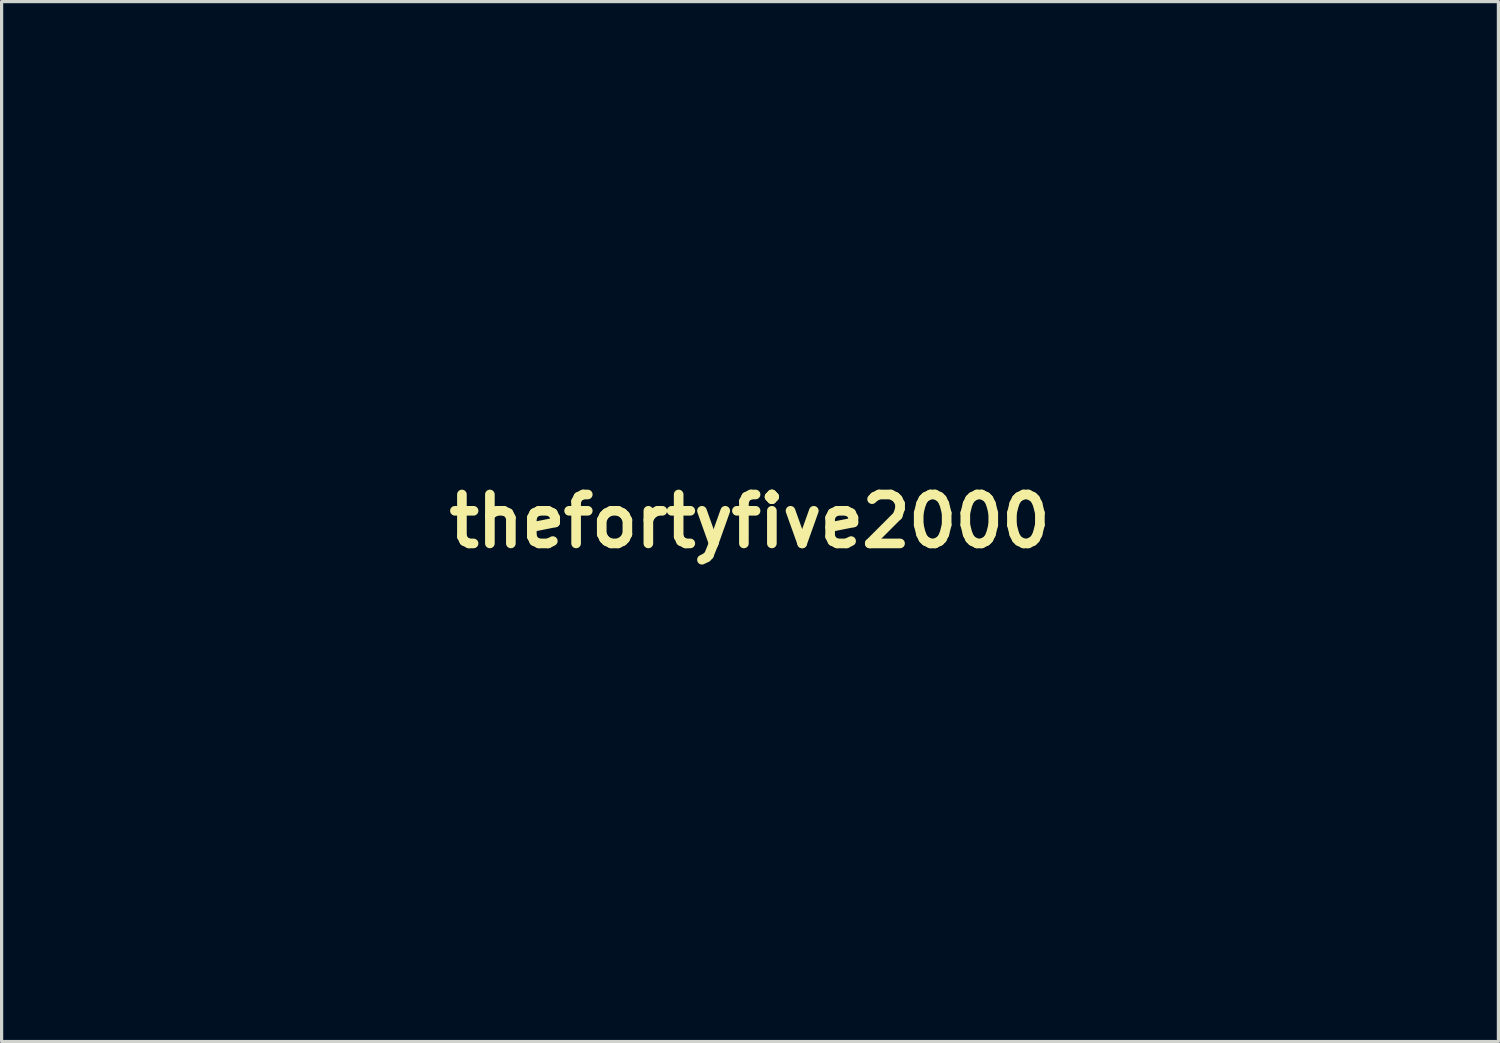
<source format=kicad_pcb>
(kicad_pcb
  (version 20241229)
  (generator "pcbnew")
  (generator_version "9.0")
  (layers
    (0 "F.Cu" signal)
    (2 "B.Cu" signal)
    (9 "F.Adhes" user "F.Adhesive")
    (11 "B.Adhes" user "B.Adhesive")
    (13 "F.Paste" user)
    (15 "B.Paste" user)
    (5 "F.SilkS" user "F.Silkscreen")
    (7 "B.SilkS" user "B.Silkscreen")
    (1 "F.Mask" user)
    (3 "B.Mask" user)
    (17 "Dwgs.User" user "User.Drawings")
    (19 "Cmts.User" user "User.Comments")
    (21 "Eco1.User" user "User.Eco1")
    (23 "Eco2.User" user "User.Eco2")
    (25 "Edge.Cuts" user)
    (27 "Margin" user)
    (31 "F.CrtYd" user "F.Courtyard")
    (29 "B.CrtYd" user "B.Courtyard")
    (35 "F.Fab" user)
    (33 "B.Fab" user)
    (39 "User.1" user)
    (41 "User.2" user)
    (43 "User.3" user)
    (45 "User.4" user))
  (footprint "thefortyfive2000"
    (layer "F.Cu")
    (at 20.297 13.183)
    (property "Reference" "thefortyfive2000" (at 0 0 0) (layer "F.SilkS") (effects (font (size 1.524 1.524) (thickness 0.3))))
    (attr through_hole)
    (fp_poly (pts (xy 3.315 3.499) (xy 3.308 3.505) (xy 3.302 3.499) (xy 3.308 3.493) (xy 3.315 3.499)) (stroke (width 0.01) (type solid)) (fill yes) (layer "F.Mask"))
    (fp_poly (pts (xy -4.209 3.687) (xy -4.212 3.699) (xy -4.222 3.733) (xy -4.24 3.787) (xy -4.263 3.858) (xy -4.291 3.944) (xy -4.324 4.044) (xy -4.36 4.153) (xy -4.4 4.272) (xy -4.418 4.325) (xy -4.66 5.063) (xy -4.888 5.786) (xy -5.101 6.496) (xy -5.301 7.197) (xy -5.489 7.892) (xy -5.665 8.586) (xy -5.83 9.28) (xy -5.986 9.98) (xy -6.133 10.688) (xy -6.139 10.717) (xy -6.16 10.823) (xy -6.18 10.921) (xy -6.198 11.009) (xy -6.214 11.083) (xy -6.226 11.14) (xy -6.235 11.179) (xy -6.239 11.196) (xy -6.239 11.197) (xy -6.252 11.198) (xy -6.288 11.202) (xy -6.344 11.207) (xy -6.419 11.214) (xy -6.51 11.222) (xy -6.614 11.232) (xy -6.729 11.242) (xy -6.853 11.253) (xy -6.983 11.264) (xy -7.117 11.276) (xy -7.253 11.288) (xy -7.389 11.3) (xy -7.521 11.311) (xy -7.648 11.322) (xy -7.767 11.332) (xy -7.876 11.341) (xy -7.973 11.35) (xy -8.054 11.356) (xy -8.119 11.361) (xy -8.164 11.365) (xy -8.187 11.366) (xy -8.189 11.366) (xy -8.199 11.356) (xy -8.198 11.338) (xy -8.194 11.317) (xy -8.186 11.276) (xy -8.175 11.218) (xy -8.162 11.146) (xy -8.147 11.066) (xy -8.14 11.03) (xy -7.939 10.012) (xy -7.715 8.999) (xy -7.467 7.992) (xy -7.195 6.988) (xy -6.899 5.985) (xy -6.608 5.074) (xy -6.577 4.981) (xy -6.543 4.878) (xy -6.505 4.767) (xy -6.466 4.651) (xy -6.426 4.533) (xy -6.385 4.414) (xy -6.346 4.298) (xy -6.307 4.186) (xy -6.271 4.082) (xy -6.238 3.987) (xy -6.21 3.905) (xy -6.186 3.838) (xy -6.168 3.788) (xy -6.157 3.758) (xy -6.153 3.749) (xy -6.14 3.748) (xy -6.104 3.747) (xy -6.048 3.744) (xy -5.973 3.741) (xy -5.883 3.738) (xy -5.778 3.734) (xy -5.663 3.73) (xy -5.539 3.726) (xy -5.409 3.722) (xy -5.274 3.717) (xy -5.138 3.713) (xy -5.003 3.709) (xy -4.871 3.705) (xy -4.744 3.701) (xy -4.625 3.697) (xy -4.517 3.694) (xy -4.421 3.691) (xy -4.34 3.689) (xy -4.276 3.687) (xy -4.232 3.686) (xy -4.211 3.686) (xy -4.209 3.687)) (stroke (width 0.01) (type solid)) (fill yes) (layer "F.Mask"))
    (fp_poly (pts (xy 3.286 3.497) (xy 3.28 3.509) (xy 3.262 3.538) (xy 3.233 3.583) (xy 3.195 3.64) (xy 3.15 3.706) (xy 3.108 3.768) (xy 2.964 3.977) (xy 2.811 4.207) (xy 2.648 4.457) (xy 2.477 4.724) (xy 2.299 5.007) (xy 2.115 5.304) (xy 1.926 5.613) (xy 1.733 5.932) (xy 1.538 6.261) (xy 1.34 6.596) (xy 1.141 6.936) (xy 0.943 7.28) (xy 0.746 7.626) (xy 0.551 7.971) (xy 0.36 8.315) (xy 0.173 8.655) (xy -0.009 8.99) (xy -0.184 9.318) (xy -0.206 9.36) (xy -0.261 9.464) (xy -0.323 9.584) (xy -0.391 9.716) (xy -0.462 9.856) (xy -0.535 10.001) (xy -0.609 10.147) (xy -0.681 10.291) (xy -0.749 10.429) (xy -0.812 10.557) (xy -0.868 10.672) (xy -0.915 10.771) (xy -0.939 10.82) (xy -1.03 11.017) (xy -1.668 11.018) (xy -1.848 11.018) (xy -2.007 11.019) (xy -2.149 11.021) (xy -2.278 11.025) (xy -2.399 11.03) (xy -2.515 11.036) (xy -2.632 11.044) (xy -2.752 11.055) (xy -2.88 11.068) (xy -3.021 11.083) (xy -3.12 11.094) (xy -3.205 11.104) (xy -3.287 11.114) (xy -3.359 11.122) (xy -3.417 11.129) (xy -3.456 11.133) (xy -3.464 11.134) (xy -3.501 11.136) (xy -3.525 11.134) (xy -3.531 11.13) (xy -3.54 10.704) (xy -3.546 10.278) (xy -3.547 9.85) (xy -3.544 9.416) (xy -3.537 8.975) (xy -3.526 8.523) (xy -3.51 8.06) (xy -3.49 7.58) (xy -3.465 7.084) (xy -3.436 6.567) (xy -3.403 6.045) (xy -3.393 5.899) (xy -3.382 5.745) (xy -3.371 5.584) (xy -3.358 5.42) (xy -3.345 5.254) (xy -3.332 5.087) (xy -3.319 4.923) (xy -3.306 4.762) (xy -3.293 4.606) (xy -3.28 4.459) (xy -3.267 4.321) (xy -3.256 4.195) (xy -3.245 4.082) (xy -3.235 3.985) (xy -3.227 3.905) (xy -3.22 3.845) (xy -3.214 3.806) (xy -3.21 3.79) (xy -3.21 3.79) (xy -3.197 3.789) (xy -3.161 3.787) (xy -3.105 3.784) (xy -3.03 3.78) (xy -2.94 3.775) (xy -2.837 3.77) (xy -2.722 3.764) (xy -2.6 3.758) (xy -2.471 3.751) (xy -2.339 3.745) (xy -2.205 3.738) (xy -2.073 3.732) (xy -1.945 3.726) (xy -1.823 3.72) (xy -1.709 3.715) (xy -1.606 3.71) (xy -1.516 3.706) (xy -1.443 3.702) (xy -1.387 3.7) (xy -1.352 3.699) (xy -1.34 3.699) (xy -1.341 3.712) (xy -1.344 3.747) (xy -1.35 3.802) (xy -1.357 3.873) (xy -1.366 3.957) (xy -1.377 4.052) (xy -1.385 4.129) (xy -1.434 4.581) (xy -1.477 5.025) (xy -1.513 5.46) (xy -1.545 5.882) (xy -1.57 6.291) (xy -1.589 6.685) (xy -1.601 7.061) (xy -1.608 7.419) (xy -1.608 7.756) (xy -1.602 8.071) (xy -1.6 8.115) (xy -1.597 8.22) (xy -1.593 8.32) (xy -1.589 8.412) (xy -1.585 8.49) (xy -1.581 8.553) (xy -1.578 8.597) (xy -1.577 8.612) (xy -1.568 8.683) (xy -1.448 8.428) (xy -1.176 7.861) (xy -0.889 7.289) (xy -0.589 6.717) (xy -0.28 6.149) (xy 0.037 5.588) (xy 0.36 5.039) (xy 0.685 4.506) (xy 1.011 3.993) (xy 1.094 3.866) (xy 1.272 3.595) (xy 1.325 3.589) (xy 1.349 3.587) (xy 1.395 3.584) (xy 1.46 3.58) (xy 1.543 3.576) (xy 1.641 3.571) (xy 1.751 3.565) (xy 1.871 3.559) (xy 1.999 3.553) (xy 2.132 3.546) (xy 2.268 3.54) (xy 2.405 3.534) (xy 2.54 3.527) (xy 2.67 3.522) (xy 2.795 3.516) (xy 2.91 3.511) (xy 3.015 3.507) (xy 3.106 3.503) (xy 3.18 3.5) (xy 3.237 3.498) (xy 3.273 3.497) (xy 3.286 3.497)) (stroke (width 0.01) (type solid)) (fill yes) (layer "F.Mask"))
    (fp_poly (pts (xy 13.213 -5.843) (xy 13.206 -5.809) (xy 13.19 -5.752) (xy 13.166 -5.672) (xy 13.133 -5.569) (xy 13.093 -5.443) (xy 13.044 -5.292) (xy 12.987 -5.118) (xy 12.981 -5.1) (xy 12.937 -4.967) (xy 12.895 -4.842) (xy 12.857 -4.726) (xy 12.822 -4.621) (xy 12.791 -4.53) (xy 12.765 -4.454) (xy 12.746 -4.395) (xy 12.732 -4.357) (xy 12.726 -4.34) (xy 12.725 -4.339) (xy 12.712 -4.338) (xy 12.675 -4.335) (xy 12.617 -4.332) (xy 12.539 -4.328) (xy 12.444 -4.324) (xy 12.333 -4.318) (xy 12.208 -4.313) (xy 12.072 -4.307) (xy 11.925 -4.301) (xy 11.771 -4.294) (xy 11.741 -4.293) (xy 11.585 -4.287) (xy 11.435 -4.28) (xy 11.295 -4.274) (xy 11.165 -4.269) (xy 11.048 -4.263) (xy 10.945 -4.259) (xy 10.86 -4.255) (xy 10.794 -4.252) (xy 10.748 -4.249) (xy 10.726 -4.248) (xy 10.725 -4.247) (xy 10.686 -4.242) (xy 10.555 -3.8) (xy 10.334 -3.051) (xy 10.125 -2.322) (xy 9.928 -1.614) (xy 9.742 -0.924) (xy 9.567 -0.253) (xy 9.404 0.402) (xy 9.25 1.04) (xy 9.136 1.534) (xy 9.121 1.596) (xy 9.107 1.645) (xy 9.095 1.678) (xy 9.086 1.689) (xy 9.072 1.69) (xy 9.034 1.693) (xy 8.974 1.698) (xy 8.896 1.705) (xy 8.8 1.713) (xy 8.689 1.723) (xy 8.564 1.734) (xy 8.429 1.746) (xy 8.284 1.759) (xy 8.135 1.772) (xy 7.951 1.788) (xy 7.791 1.802) (xy 7.654 1.814) (xy 7.536 1.824) (xy 7.438 1.832) (xy 7.356 1.839) (xy 7.29 1.844) (xy 7.238 1.848) (xy 7.198 1.85) (xy 7.169 1.852) (xy 7.149 1.852) (xy 7.136 1.851) (xy 7.129 1.85) (xy 7.125 1.847) (xy 7.125 1.844) (xy 7.125 1.844) (xy 7.127 1.83) (xy 7.135 1.793) (xy 7.146 1.738) (xy 7.161 1.667) (xy 7.179 1.583) (xy 7.199 1.49) (xy 7.22 1.39) (xy 7.243 1.286) (xy 7.265 1.182) (xy 7.287 1.081) (xy 7.308 0.985) (xy 7.327 0.897) (xy 7.34 0.838) (xy 7.469 0.277) (xy 7.609 -0.301) (xy 7.758 -0.89) (xy 7.915 -1.484) (xy 8.078 -2.078) (xy 8.246 -2.666) (xy 8.418 -3.243) (xy 8.591 -3.803) (xy 8.607 -3.852) (xy 8.631 -3.929) (xy 8.652 -3.998) (xy 8.668 -4.055) (xy 8.679 -4.097) (xy 8.684 -4.119) (xy 8.684 -4.122) (xy 8.67 -4.122) (xy 8.634 -4.122) (xy 8.575 -4.121) (xy 8.497 -4.119) (xy 8.402 -4.116) (xy 8.291 -4.112) (xy 8.166 -4.108) (xy 8.03 -4.103) (xy 7.883 -4.098) (xy 7.729 -4.093) (xy 7.695 -4.091) (xy 7.539 -4.085) (xy 7.391 -4.08) (xy 7.253 -4.075) (xy 7.125 -4.07) (xy 7.012 -4.066) (xy 6.913 -4.063) (xy 6.832 -4.06) (xy 6.769 -4.058) (xy 6.728 -4.056) (xy 6.71 -4.056) (xy 6.709 -4.056) (xy 6.713 -4.068) (xy 6.724 -4.103) (xy 6.741 -4.157) (xy 6.764 -4.229) (xy 6.793 -4.317) (xy 6.826 -4.42) (xy 6.864 -4.534) (xy 6.905 -4.658) (xy 6.948 -4.79) (xy 6.961 -4.83) (xy 7.215 -5.601) (xy 7.275 -5.601) (xy 7.293 -5.601) (xy 7.336 -5.603) (xy 7.401 -5.605) (xy 7.489 -5.609) (xy 7.597 -5.613) (xy 7.725 -5.619) (xy 7.871 -5.625) (xy 8.035 -5.632) (xy 8.214 -5.64) (xy 8.409 -5.648) (xy 8.618 -5.657) (xy 8.839 -5.666) (xy 9.072 -5.676) (xy 9.316 -5.687) (xy 9.569 -5.698) (xy 9.83 -5.709) (xy 10.098 -5.72) (xy 10.266 -5.728) (xy 10.537 -5.739) (xy 10.802 -5.751) (xy 11.058 -5.762) (xy 11.306 -5.773) (xy 11.544 -5.783) (xy 11.77 -5.793) (xy 11.985 -5.802) (xy 12.186 -5.811) (xy 12.372 -5.819) (xy 12.543 -5.826) (xy 12.697 -5.833) (xy 12.834 -5.839) (xy 12.951 -5.844) (xy 13.048 -5.848) (xy 13.124 -5.851) (xy 13.177 -5.853) (xy 13.207 -5.854) (xy 13.213 -5.855) (xy 13.213 -5.843)) (stroke (width 0.01) (type solid)) (fill yes) (layer "F.Mask"))
    (fp_poly (pts (xy 19.331 -5.804) (xy 19.48 -5.795) (xy 19.623 -5.787) (xy 19.757 -5.779) (xy 19.88 -5.771) (xy 19.99 -5.764) (xy 20.084 -5.758) (xy 20.162 -5.753) (xy 20.22 -5.749) (xy 20.256 -5.747) (xy 20.267 -5.745) (xy 20.309 -5.739) (xy 20.24 -5.66) (xy 20.141 -5.546) (xy 20.029 -5.413) (xy 19.905 -5.264) (xy 19.77 -5.1) (xy 19.627 -4.925) (xy 19.478 -4.739) (xy 19.322 -4.545) (xy 19.164 -4.345) (xy 19.003 -4.142) (xy 18.842 -3.936) (xy 18.682 -3.731) (xy 18.525 -3.528) (xy 18.372 -3.329) (xy 18.226 -3.137) (xy 18.212 -3.118) (xy 18.144 -3.028) (xy 18.075 -2.937) (xy 18.008 -2.849) (xy 17.947 -2.767) (xy 17.893 -2.696) (xy 17.851 -2.641) (xy 17.837 -2.623) (xy 17.66 -2.387) (xy 17.498 -2.169) (xy 17.349 -1.965) (xy 17.213 -1.775) (xy 17.087 -1.595) (xy 16.97 -1.424) (xy 16.861 -1.259) (xy 16.759 -1.101) (xy 16.702 -1.01) (xy 16.656 -0.934) (xy 16.618 -0.87) (xy 16.587 -0.812) (xy 16.56 -0.755) (xy 16.534 -0.693) (xy 16.506 -0.623) (xy 16.487 -0.572) (xy 16.453 -0.476) (xy 16.415 -0.357) (xy 16.373 -0.219) (xy 16.328 -0.064) (xy 16.281 0.106) (xy 16.232 0.289) (xy 16.181 0.481) (xy 16.131 0.681) (xy 16.081 0.885) (xy 16.032 1.092) (xy 15.984 1.298) (xy 15.959 1.408) (xy 15.938 1.501) (xy 15.919 1.587) (xy 15.902 1.66) (xy 15.889 1.719) (xy 15.879 1.761) (xy 15.873 1.782) (xy 15.873 1.784) (xy 15.859 1.785) (xy 15.823 1.786) (xy 15.767 1.789) (xy 15.692 1.791) (xy 15.602 1.794) (xy 15.498 1.798) (xy 15.384 1.802) (xy 15.262 1.806) (xy 15.133 1.81) (xy 15.001 1.814) (xy 14.868 1.818) (xy 14.736 1.822) (xy 14.608 1.826) (xy 14.486 1.83) (xy 14.373 1.833) (xy 14.271 1.836) (xy 14.182 1.838) (xy 14.11 1.84) (xy 14.056 1.841) (xy 14.022 1.842) (xy 14.018 1.842) (xy 13.975 1.84) (xy 13.944 1.836) (xy 13.932 1.831) (xy 13.932 1.83) (xy 13.935 1.814) (xy 13.943 1.775) (xy 13.955 1.718) (xy 13.971 1.646) (xy 13.99 1.562) (xy 14.011 1.468) (xy 14.033 1.369) (xy 14.057 1.267) (xy 14.08 1.165) (xy 14.103 1.066) (xy 14.125 0.974) (xy 14.145 0.892) (xy 14.155 0.851) (xy 14.227 0.559) (xy 14.295 0.288) (xy 14.36 0.038) (xy 14.421 -0.191) (xy 14.478 -0.396) (xy 14.531 -0.579) (xy 14.579 -0.738) (xy 14.6 -0.803) (xy 14.657 -0.977) (xy 14.593 -1.163) (xy 14.537 -1.336) (xy 14.48 -1.529) (xy 14.422 -1.745) (xy 14.363 -1.983) (xy 14.303 -2.245) (xy 14.242 -2.53) (xy 14.192 -2.775) (xy 14.138 -3.054) (xy 14.087 -3.331) (xy 14.039 -3.604) (xy 13.994 -3.87) (xy 13.954 -4.126) (xy 13.918 -4.371) (xy 13.887 -4.603) (xy 13.86 -4.819) (xy 13.839 -5.017) (xy 13.824 -5.194) (xy 13.815 -5.333) (xy 13.811 -5.416) (xy 14.783 -5.577) (xy 14.937 -5.603) (xy 15.085 -5.628) (xy 15.224 -5.651) (xy 15.353 -5.672) (xy 15.468 -5.692) (xy 15.569 -5.708) (xy 15.653 -5.723) (xy 15.719 -5.734) (xy 15.764 -5.741) (xy 15.786 -5.745) (xy 15.788 -5.745) (xy 15.795 -5.748) (xy 15.8 -5.75) (xy 15.806 -5.751) (xy 15.81 -5.749) (xy 15.814 -5.742) (xy 15.818 -5.729) (xy 15.822 -5.707) (xy 15.826 -5.674) (xy 15.83 -5.63) (xy 15.835 -5.571) (xy 15.841 -5.497) (xy 15.847 -5.406) (xy 15.855 -5.296) (xy 15.865 -5.164) (xy 15.876 -5.01) (xy 15.881 -4.928) (xy 15.891 -4.798) (xy 15.9 -4.671) (xy 15.91 -4.55) (xy 15.919 -4.439) (xy 15.927 -4.34) (xy 15.935 -4.258) (xy 15.941 -4.194) (xy 15.945 -4.153) (xy 15.982 -3.913) (xy 16.026 -3.684) (xy 16.077 -3.469) (xy 16.134 -3.272) (xy 16.197 -3.095) (xy 16.215 -3.05) (xy 16.265 -2.931) (xy 16.396 -3.145) (xy 16.622 -3.507) (xy 16.845 -3.851) (xy 17.064 -4.176) (xy 17.278 -4.481) (xy 17.487 -4.766) (xy 17.691 -5.029) (xy 17.889 -5.271) (xy 18.081 -5.49) (xy 18.265 -5.686) (xy 18.323 -5.744) (xy 18.436 -5.857) (xy 19.331 -5.804)) (stroke (width 0.01) (type solid)) (fill yes) (layer "F.Mask"))
    (fp_poly (pts (xy -14.191 -13.065) (xy -14.193 -13.052) (xy -14.203 -13.018) (xy -14.219 -12.964) (xy -14.241 -12.895) (xy -14.267 -12.811) (xy -14.296 -12.716) (xy -14.329 -12.613) (xy -14.364 -12.504) (xy -14.4 -12.391) (xy -14.436 -12.277) (xy -14.472 -12.165) (xy -14.507 -12.057) (xy -14.54 -11.956) (xy -14.57 -11.864) (xy -14.596 -11.785) (xy -14.618 -11.72) (xy -14.634 -11.672) (xy -14.644 -11.644) (xy -14.647 -11.638) (xy -14.66 -11.636) (xy -14.697 -11.634) (xy -14.757 -11.631) (xy -14.836 -11.626) (xy -14.935 -11.621) (xy -15.051 -11.616) (xy -15.183 -11.61) (xy -15.33 -11.603) (xy -15.489 -11.595) (xy -15.659 -11.588) (xy -15.838 -11.58) (xy -16.025 -11.571) (xy -16.112 -11.567) (xy -16.302 -11.559) (xy -16.486 -11.551) (xy -16.661 -11.543) (xy -16.826 -11.535) (xy -16.979 -11.528) (xy -17.119 -11.522) (xy -17.244 -11.516) (xy -17.352 -11.51) (xy -17.442 -11.506) (xy -17.512 -11.502) (xy -17.56 -11.5) (xy -17.586 -11.498) (xy -17.59 -11.497) (xy -17.582 -11.492) (xy -17.553 -11.48) (xy -17.505 -11.461) (xy -17.44 -11.437) (xy -17.36 -11.408) (xy -17.269 -11.376) (xy -17.167 -11.34) (xy -17.126 -11.326) (xy -17.02 -11.29) (xy -16.922 -11.256) (xy -16.834 -11.225) (xy -16.759 -11.198) (xy -16.699 -11.177) (xy -16.656 -11.161) (xy -16.635 -11.152) (xy -16.633 -11.151) (xy -16.634 -11.137) (xy -16.643 -11.102) (xy -16.658 -11.048) (xy -16.679 -10.977) (xy -16.705 -10.894) (xy -16.735 -10.8) (xy -16.768 -10.698) (xy -16.775 -10.679) (xy -16.945 -10.155) (xy -17.105 -9.646) (xy -17.255 -9.148) (xy -17.397 -8.654) (xy -17.533 -8.159) (xy -17.665 -7.656) (xy -17.794 -7.139) (xy -17.844 -6.934) (xy -17.864 -6.851) (xy -17.886 -6.757) (xy -17.91 -6.655) (xy -17.935 -6.548) (xy -17.96 -6.439) (xy -17.985 -6.331) (xy -18.009 -6.227) (xy -18.032 -6.129) (xy -18.052 -6.04) (xy -18.07 -5.964) (xy -18.083 -5.902) (xy -18.093 -5.859) (xy -18.097 -5.837) (xy -18.098 -5.835) (xy -18.11 -5.834) (xy -18.146 -5.833) (xy -18.203 -5.832) (xy -18.279 -5.832) (xy -18.373 -5.831) (xy -18.482 -5.83) (xy -18.604 -5.83) (xy -18.738 -5.83) (xy -18.881 -5.829) (xy -19 -5.829) (xy -19.902 -5.829) (xy -19.894 -5.877) (xy -19.889 -5.901) (xy -19.881 -5.946) (xy -19.869 -6.01) (xy -19.853 -6.088) (xy -19.836 -6.178) (xy -19.817 -6.277) (xy -19.804 -6.344) (xy -19.636 -7.145) (xy -19.446 -7.952) (xy -19.234 -8.762) (xy -19.001 -9.573) (xy -18.748 -10.38) (xy -18.475 -11.182) (xy -18.435 -11.295) (xy -18.414 -11.355) (xy -18.397 -11.406) (xy -18.386 -11.443) (xy -18.381 -11.462) (xy -18.381 -11.464) (xy -18.394 -11.464) (xy -18.431 -11.463) (xy -18.489 -11.461) (xy -18.566 -11.458) (xy -18.661 -11.455) (xy -18.771 -11.45) (xy -18.895 -11.445) (xy -19.031 -11.439) (xy -19.176 -11.432) (xy -19.328 -11.425) (xy -19.337 -11.425) (xy -19.49 -11.418) (xy -19.635 -11.411) (xy -19.771 -11.405) (xy -19.896 -11.4) (xy -20.007 -11.395) (xy -20.102 -11.391) (xy -20.181 -11.388) (xy -20.24 -11.386) (xy -20.277 -11.385) (xy -20.292 -11.385) (xy -20.292 -11.385) (xy -20.289 -11.397) (xy -20.279 -11.431) (xy -20.262 -11.484) (xy -20.24 -11.554) (xy -20.214 -11.637) (xy -20.184 -11.732) (xy -20.151 -11.835) (xy -20.115 -11.944) (xy -20.079 -12.057) (xy -20.042 -12.171) (xy -20.005 -12.283) (xy -19.97 -12.391) (xy -19.936 -12.493) (xy -19.906 -12.585) (xy -19.879 -12.665) (xy -19.857 -12.73) (xy -19.841 -12.779) (xy -19.83 -12.808) (xy -19.827 -12.816) (xy -19.814 -12.817) (xy -19.776 -12.819) (xy -19.716 -12.823) (xy -19.635 -12.827) (xy -19.534 -12.832) (xy -19.415 -12.838) (xy -19.279 -12.844) (xy -19.127 -12.852) (xy -18.961 -12.859) (xy -18.782 -12.868) (xy -18.591 -12.876) (xy -18.391 -12.886) (xy -18.182 -12.895) (xy -17.966 -12.905) (xy -17.743 -12.915) (xy -17.517 -12.925) (xy -17.287 -12.935) (xy -17.056 -12.945) (xy -16.824 -12.956) (xy -16.593 -12.966) (xy -16.365 -12.976) (xy -16.141 -12.985) (xy -15.922 -12.995) (xy -15.71 -13.004) (xy -15.506 -13.013) (xy -15.312 -13.021) (xy -15.128 -13.029) (xy -14.956 -13.036) (xy -14.799 -13.042) (xy -14.656 -13.048) (xy -14.529 -13.053) (xy -14.421 -13.058) (xy -14.332 -13.061) (xy -14.263 -13.063) (xy -14.216 -13.065) (xy -14.193 -13.065) (xy -14.191 -13.065)) (stroke (width 0.01) (type solid)) (fill yes) (layer "F.Mask"))
    (fp_poly (pts (xy -8.575 -13.177) (xy -8.575 -13.177) (xy -8.578 -13.165) (xy -8.588 -13.132) (xy -8.605 -13.083) (xy -8.625 -13.022) (xy -8.649 -12.953) (xy -8.683 -12.855) (xy -8.722 -12.738) (xy -8.767 -12.604) (xy -8.815 -12.458) (xy -8.865 -12.303) (xy -8.916 -12.144) (xy -8.967 -11.984) (xy -9.017 -11.828) (xy -9.063 -11.68) (xy -9.092 -11.589) (xy -9.329 -10.788) (xy -9.545 -9.994) (xy -9.741 -9.201) (xy -9.918 -8.406) (xy -10.004 -7.979) (xy -10.09 -7.544) (xy -10.166 -7.543) (xy -10.194 -7.542) (xy -10.244 -7.541) (xy -10.314 -7.539) (xy -10.401 -7.536) (xy -10.503 -7.533) (xy -10.616 -7.529) (xy -10.738 -7.526) (xy -10.866 -7.521) (xy -10.893 -7.521) (xy -11.041 -7.516) (xy -11.165 -7.512) (xy -11.267 -7.509) (xy -11.35 -7.507) (xy -11.415 -7.506) (xy -11.464 -7.506) (xy -11.5 -7.507) (xy -11.524 -7.509) (xy -11.538 -7.512) (xy -11.544 -7.515) (xy -11.544 -7.517) (xy -11.542 -7.532) (xy -11.534 -7.57) (xy -11.522 -7.629) (xy -11.505 -7.706) (xy -11.485 -7.801) (xy -11.461 -7.911) (xy -11.434 -8.033) (xy -11.405 -8.167) (xy -11.374 -8.31) (xy -11.341 -8.459) (xy -11.34 -8.467) (xy -11.307 -8.617) (xy -11.276 -8.759) (xy -11.247 -8.893) (xy -11.221 -9.014) (xy -11.197 -9.123) (xy -11.177 -9.217) (xy -11.161 -9.294) (xy -11.149 -9.352) (xy -11.142 -9.389) (xy -11.14 -9.404) (xy -11.14 -9.404) (xy -11.153 -9.405) (xy -11.189 -9.406) (xy -11.247 -9.407) (xy -11.324 -9.408) (xy -11.418 -9.41) (xy -11.527 -9.411) (xy -11.649 -9.413) (xy -11.782 -9.415) (xy -11.923 -9.416) (xy -12.008 -9.417) (xy -12.872 -9.427) (xy -12.97 -9.13) (xy -13 -9.037) (xy -13.031 -8.941) (xy -13.06 -8.85) (xy -13.086 -8.768) (xy -13.107 -8.702) (xy -13.113 -8.68) (xy -13.139 -8.592) (xy -13.168 -8.484) (xy -13.201 -8.36) (xy -13.235 -8.226) (xy -13.27 -8.085) (xy -13.304 -7.943) (xy -13.336 -7.804) (xy -13.366 -7.673) (xy -13.391 -7.555) (xy -13.392 -7.548) (xy -13.454 -7.255) (xy -13.639 -7.247) (xy -13.697 -7.245) (xy -13.775 -7.242) (xy -13.87 -7.239) (xy -13.977 -7.235) (xy -14.09 -7.232) (xy -14.206 -7.228) (xy -14.281 -7.226) (xy -14.39 -7.223) (xy -14.494 -7.22) (xy -14.59 -7.217) (xy -14.674 -7.214) (xy -14.743 -7.212) (xy -14.793 -7.21) (xy -14.817 -7.209) (xy -14.859 -7.207) (xy -14.89 -7.207) (xy -14.901 -7.209) (xy -14.901 -7.223) (xy -14.895 -7.257) (xy -14.886 -7.307) (xy -14.874 -7.37) (xy -14.865 -7.414) (xy -14.791 -7.751) (xy -14.707 -8.11) (xy -14.612 -8.489) (xy -14.509 -8.887) (xy -14.396 -9.303) (xy -14.274 -9.735) (xy -14.144 -10.183) (xy -14.006 -10.645) (xy -13.86 -11.119) (xy -13.707 -11.605) (xy -13.547 -12.101) (xy -13.434 -12.444) (xy -13.398 -12.553) (xy -13.368 -12.641) (xy -13.344 -12.71) (xy -13.324 -12.761) (xy -13.309 -12.797) (xy -13.297 -12.82) (xy -13.287 -12.834) (xy -13.279 -12.839) (xy -13.261 -12.841) (xy -13.221 -12.844) (xy -13.16 -12.847) (xy -13.082 -12.851) (xy -12.991 -12.855) (xy -12.888 -12.858) (xy -12.776 -12.862) (xy -12.719 -12.864) (xy -12.597 -12.867) (xy -12.475 -12.871) (xy -12.358 -12.874) (xy -12.25 -12.878) (xy -12.154 -12.881) (xy -12.075 -12.884) (xy -12.016 -12.886) (xy -12.005 -12.887) (xy -11.825 -12.894) (xy -11.855 -12.8) (xy -11.906 -12.64) (xy -11.958 -12.475) (xy -12.011 -12.308) (xy -12.064 -12.139) (xy -12.117 -11.97) (xy -12.169 -11.804) (xy -12.22 -11.642) (xy -12.269 -11.486) (xy -12.316 -11.338) (xy -12.359 -11.199) (xy -12.399 -11.071) (xy -12.435 -10.956) (xy -12.466 -10.855) (xy -12.493 -10.771) (xy -12.513 -10.705) (xy -12.527 -10.659) (xy -12.534 -10.634) (xy -12.535 -10.631) (xy -12.526 -10.628) (xy -12.5 -10.625) (xy -12.455 -10.623) (xy -12.39 -10.622) (xy -12.305 -10.621) (xy -12.198 -10.62) (xy -12.069 -10.62) (xy -11.917 -10.62) (xy -11.74 -10.62) (xy -11.681 -10.62) (xy -10.828 -10.624) (xy -10.762 -10.871) (xy -10.748 -10.924) (xy -10.725 -10.999) (xy -10.697 -11.093) (xy -10.663 -11.203) (xy -10.624 -11.327) (xy -10.581 -11.462) (xy -10.535 -11.605) (xy -10.487 -11.755) (xy -10.437 -11.908) (xy -10.396 -12.033) (xy -10.347 -12.182) (xy -10.299 -12.326) (xy -10.254 -12.462) (xy -10.213 -12.589) (xy -10.175 -12.705) (xy -10.141 -12.807) (xy -10.113 -12.893) (xy -10.09 -12.961) (xy -10.075 -13.01) (xy -10.066 -13.036) (xy -10.066 -13.037) (xy -10.037 -13.125) (xy -9.969 -13.129) (xy -9.929 -13.131) (xy -9.871 -13.133) (xy -9.796 -13.136) (xy -9.707 -13.14) (xy -9.608 -13.143) (xy -9.5 -13.147) (xy -9.387 -13.151) (xy -9.271 -13.155) (xy -9.156 -13.159) (xy -9.043 -13.163) (xy -8.937 -13.167) (xy -8.839 -13.17) (xy -8.752 -13.173) (xy -8.68 -13.175) (xy -8.624 -13.176) (xy -8.589 -13.177) (xy -8.575 -13.177)) (stroke (width 0.01) (type solid)) (fill yes) (layer "F.Mask"))
    (fp_poly (pts (xy -4.491 -5.926) (xy -4.394 -5.922) (xy -4.356 -5.919) (xy -4.105 -5.889) (xy -3.874 -5.844) (xy -3.659 -5.786) (xy -3.459 -5.712) (xy -3.27 -5.621) (xy -3.091 -5.514) (xy -3.086 -5.511) (xy -3.003 -5.45) (xy -2.913 -5.374) (xy -2.821 -5.287) (xy -2.733 -5.196) (xy -2.653 -5.105) (xy -2.587 -5.021) (xy -2.568 -4.992) (xy -2.532 -4.936) (xy -2.495 -4.873) (xy -2.458 -4.808) (xy -2.424 -4.745) (xy -2.395 -4.689) (xy -2.374 -4.644) (xy -2.363 -4.614) (xy -2.362 -4.607) (xy -2.372 -4.596) (xy -2.401 -4.573) (xy -2.446 -4.539) (xy -2.504 -4.497) (xy -2.573 -4.448) (xy -2.65 -4.395) (xy -2.68 -4.375) (xy -2.77 -4.314) (xy -2.841 -4.266) (xy -2.895 -4.228) (xy -2.934 -4.2) (xy -2.96 -4.179) (xy -2.976 -4.164) (xy -2.983 -4.152) (xy -2.983 -4.144) (xy -2.979 -4.136) (xy -2.978 -4.135) (xy -2.964 -4.113) (xy -2.94 -4.076) (xy -2.911 -4.028) (xy -2.89 -3.994) (xy -2.794 -3.813) (xy -2.718 -3.618) (xy -2.66 -3.407) (xy -2.634 -3.266) (xy -2.623 -3.169) (xy -2.617 -3.054) (xy -2.616 -2.926) (xy -2.62 -2.793) (xy -2.628 -2.662) (xy -2.64 -2.538) (xy -2.656 -2.428) (xy -2.659 -2.413) (xy -2.732 -2.094) (xy -2.83 -1.783) (xy -2.951 -1.479) (xy -3.096 -1.182) (xy -3.265 -0.891) (xy -3.458 -0.606) (xy -3.676 -0.328) (xy -3.918 -0.056) (xy -4.118 0.147) (xy -4.408 0.414) (xy -4.705 0.656) (xy -5.009 0.874) (xy -5.32 1.068) (xy -5.638 1.238) (xy -5.962 1.383) (xy -6.293 1.504) (xy -6.63 1.601) (xy -6.973 1.672) (xy -7.173 1.702) (xy -7.284 1.715) (xy -7.409 1.724) (xy -7.541 1.73) (xy -7.672 1.734) (xy -7.796 1.734) (xy -7.907 1.731) (xy -7.973 1.727) (xy -8.212 1.694) (xy -8.442 1.64) (xy -8.66 1.566) (xy -8.865 1.472) (xy -9.055 1.359) (xy -9.059 1.356) (xy -9.144 1.292) (xy -9.235 1.212) (xy -9.328 1.122) (xy -9.417 1.027) (xy -9.494 0.934) (xy -9.528 0.889) (xy -9.643 0.708) (xy -9.745 0.51) (xy -9.834 0.297) (xy -9.906 0.074) (xy -9.962 -0.153) (xy -9.996 -0.362) (xy -10.003 -0.439) (xy -10.007 -0.536) (xy -10.009 -0.645) (xy -10.009 -0.76) (xy -10.007 -0.876) (xy -10.002 -0.986) (xy -10 -1.025) (xy -8.158 -1.025) (xy -8.149 -0.829) (xy -8.123 -0.646) (xy -8.114 -0.606) (xy -8.076 -0.466) (xy -8.032 -0.347) (xy -7.978 -0.243) (xy -7.914 -0.149) (xy -7.835 -0.06) (xy -7.831 -0.056) (xy -7.773 -0.001) (xy -7.721 0.041) (xy -7.668 0.075) (xy -7.62 0.1) (xy -7.479 0.157) (xy -7.33 0.194) (xy -7.169 0.212) (xy -6.994 0.212) (xy -6.873 0.202) (xy -6.641 0.164) (xy -6.413 0.101) (xy -6.192 0.014) (xy -5.978 -0.097) (xy -5.771 -0.232) (xy -5.571 -0.39) (xy -5.38 -0.572) (xy -5.197 -0.776) (xy -5.164 -0.816) (xy -5.031 -0.994) (xy -4.91 -1.181) (xy -4.801 -1.375) (xy -4.707 -1.572) (xy -4.63 -1.767) (xy -4.572 -1.956) (xy -4.546 -2.067) (xy -4.518 -2.266) (xy -4.511 -2.455) (xy -4.528 -2.634) (xy -4.567 -2.802) (xy -4.628 -2.959) (xy -4.711 -3.103) (xy -4.713 -3.107) (xy -4.734 -3.139) (xy -4.747 -3.162) (xy -4.75 -3.168) (xy -4.74 -3.176) (xy -4.711 -3.197) (xy -4.666 -3.228) (xy -4.607 -3.267) (xy -4.537 -3.314) (xy -4.459 -3.366) (xy -4.42 -3.392) (xy -4.338 -3.446) (xy -4.264 -3.496) (xy -4.2 -3.54) (xy -4.148 -3.576) (xy -4.111 -3.603) (xy -4.092 -3.618) (xy -4.089 -3.621) (xy -4.096 -3.645) (xy -4.115 -3.684) (xy -4.141 -3.732) (xy -4.173 -3.783) (xy -4.206 -3.831) (xy -4.227 -3.86) (xy -4.329 -3.969) (xy -4.444 -4.062) (xy -4.574 -4.138) (xy -4.72 -4.199) (xy -4.884 -4.244) (xy -5.067 -4.273) (xy -5.236 -4.288) (xy -5.364 -4.29) (xy -5.506 -4.284) (xy -5.65 -4.272) (xy -5.787 -4.254) (xy -5.858 -4.241) (xy -6.079 -4.183) (xy -6.294 -4.101) (xy -6.503 -3.994) (xy -6.706 -3.863) (xy -6.902 -3.708) (xy -7.092 -3.529) (xy -7.274 -3.326) (xy -7.449 -3.099) (xy -7.544 -2.962) (xy -7.666 -2.764) (xy -7.776 -2.555) (xy -7.873 -2.339) (xy -7.957 -2.117) (xy -8.028 -1.893) (xy -8.084 -1.669) (xy -8.124 -1.447) (xy -8.149 -1.232) (xy -8.158 -1.025) (xy -10 -1.025) (xy -9.996 -1.084) (xy -9.99 -1.138) (xy -9.937 -1.473) (xy -9.86 -1.806) (xy -9.757 -2.135) (xy -9.631 -2.46) (xy -9.481 -2.78) (xy -9.307 -3.095) (xy -9.11 -3.403) (xy -8.89 -3.704) (xy -8.648 -3.998) (xy -8.395 -4.272) (xy -8.125 -4.536) (xy -7.855 -4.774) (xy -7.583 -4.989) (xy -7.308 -5.18) (xy -7.028 -5.348) (xy -6.742 -5.494) (xy -6.449 -5.619) (xy -6.149 -5.722) (xy -5.838 -5.806) (xy -5.518 -5.869) (xy -5.309 -5.9) (xy -5.218 -5.909) (xy -5.109 -5.917) (xy -4.987 -5.922) (xy -4.859 -5.926) (xy -4.729 -5.929) (xy -4.605 -5.929) (xy -4.491 -5.926)) (stroke (width 0.01) (type solid)) (fill yes) (layer "F.Mask"))
    (fp_poly (pts (xy -3.115 -13.178) (xy -3.118 -13.165) (xy -3.128 -13.13) (xy -3.144 -13.077) (xy -3.166 -13.006) (xy -3.193 -12.921) (xy -3.224 -12.824) (xy -3.259 -12.717) (xy -3.29 -12.62) (xy -3.471 -12.067) (xy -3.574 -12.06) (xy -3.613 -12.057) (xy -3.673 -12.053) (xy -3.75 -12.048) (xy -3.84 -12.042) (xy -3.938 -12.035) (xy -4.04 -12.028) (xy -4.064 -12.027) (xy -4.312 -12.009) (xy -4.578 -11.988) (xy -4.853 -11.964) (xy -5.13 -11.938) (xy -5.391 -11.912) (xy -5.48 -11.903) (xy -5.573 -11.893) (xy -5.661 -11.884) (xy -5.738 -11.877) (xy -5.781 -11.872) (xy -5.93 -11.858) (xy -5.943 -11.818) (xy -5.976 -11.711) (xy -6.01 -11.596) (xy -6.043 -11.481) (xy -6.074 -11.373) (xy -6.1 -11.277) (xy -6.115 -11.221) (xy -6.134 -11.141) (xy -6.152 -11.059) (xy -6.169 -10.979) (xy -6.184 -10.904) (xy -6.196 -10.838) (xy -6.204 -10.786) (xy -6.207 -10.75) (xy -6.206 -10.736) (xy -6.191 -10.734) (xy -6.156 -10.736) (xy -6.106 -10.741) (xy -6.046 -10.748) (xy -6.036 -10.749) (xy -5.804 -10.777) (xy -5.571 -10.803) (xy -5.33 -10.827) (xy -5.079 -10.849) (xy -4.811 -10.87) (xy -4.522 -10.889) (xy -4.509 -10.89) (xy -4.386 -10.898) (xy -4.286 -10.903) (xy -4.206 -10.907) (xy -4.146 -10.909) (xy -4.103 -10.908) (xy -4.074 -10.906) (xy -4.058 -10.901) (xy -4.052 -10.895) (xy -4.052 -10.893) (xy -4.055 -10.878) (xy -4.064 -10.841) (xy -4.079 -10.784) (xy -4.098 -10.711) (xy -4.122 -10.623) (xy -4.148 -10.523) (xy -4.177 -10.414) (xy -4.201 -10.325) (xy -4.35 -9.773) (xy -4.439 -9.77) (xy -5.024 -9.742) (xy -5.592 -9.696) (xy -6.142 -9.632) (xy -6.236 -9.619) (xy -6.328 -9.606) (xy -6.399 -9.596) (xy -6.452 -9.588) (xy -6.488 -9.58) (xy -6.513 -9.572) (xy -6.529 -9.562) (xy -6.54 -9.549) (xy -6.547 -9.533) (xy -6.556 -9.514) (xy -6.598 -9.409) (xy -6.642 -9.287) (xy -6.684 -9.155) (xy -6.724 -9.021) (xy -6.758 -8.89) (xy -6.784 -8.77) (xy -6.799 -8.687) (xy -6.812 -8.602) (xy -6.82 -8.54) (xy -6.824 -8.496) (xy -6.825 -8.468) (xy -6.821 -8.452) (xy -6.814 -8.446) (xy -6.809 -8.446) (xy -6.79 -8.447) (xy -6.751 -8.451) (xy -6.694 -8.457) (xy -6.625 -8.465) (xy -6.546 -8.474) (xy -6.521 -8.477) (xy -6.329 -8.499) (xy -6.134 -8.52) (xy -5.939 -8.54) (xy -5.747 -8.559) (xy -5.559 -8.576) (xy -5.377 -8.592) (xy -5.205 -8.607) (xy -5.044 -8.619) (xy -4.896 -8.629) (xy -4.764 -8.638) (xy -4.649 -8.643) (xy -4.554 -8.647) (xy -4.481 -8.647) (xy -4.456 -8.646) (xy -4.373 -8.642) (xy -4.521 -8.08) (xy -4.552 -7.965) (xy -4.58 -7.858) (xy -4.606 -7.761) (xy -4.629 -7.676) (xy -4.648 -7.607) (xy -4.662 -7.555) (xy -4.672 -7.523) (xy -4.675 -7.513) (xy -4.688 -7.512) (xy -4.724 -7.509) (xy -4.779 -7.505) (xy -4.85 -7.5) (xy -4.934 -7.495) (xy -5.028 -7.49) (xy -5.074 -7.488) (xy -5.398 -7.469) (xy -5.709 -7.45) (xy -6.01 -7.43) (xy -6.306 -7.407) (xy -6.603 -7.383) (xy -6.903 -7.355) (xy -7.212 -7.325) (xy -7.535 -7.292) (xy -7.875 -7.254) (xy -8.071 -7.232) (xy -8.204 -7.217) (xy -8.314 -7.205) (xy -8.403 -7.195) (xy -8.473 -7.187) (xy -8.527 -7.182) (xy -8.566 -7.178) (xy -8.593 -7.176) (xy -8.61 -7.176) (xy -8.62 -7.177) (xy -8.623 -7.179) (xy -8.623 -7.18) (xy -8.621 -7.197) (xy -8.613 -7.235) (xy -8.601 -7.292) (xy -8.586 -7.364) (xy -8.567 -7.449) (xy -8.547 -7.542) (xy -8.525 -7.64) (xy -8.502 -7.742) (xy -8.479 -7.842) (xy -8.457 -7.939) (xy -8.444 -7.995) (xy -8.33 -8.472) (xy -8.206 -8.967) (xy -8.073 -9.473) (xy -7.933 -9.984) (xy -7.788 -10.496) (xy -7.639 -11.001) (xy -7.516 -11.402) (xy -7.488 -11.494) (xy -7.462 -11.579) (xy -7.44 -11.652) (xy -7.423 -11.712) (xy -7.412 -11.754) (xy -7.407 -11.777) (xy -7.407 -11.78) (xy -7.421 -11.781) (xy -7.456 -11.781) (xy -7.51 -11.78) (xy -7.577 -11.778) (xy -7.655 -11.775) (xy -7.691 -11.774) (xy -7.772 -11.77) (xy -7.844 -11.768) (xy -7.904 -11.766) (xy -7.947 -11.766) (xy -7.971 -11.766) (xy -7.974 -11.767) (xy -7.972 -11.78) (xy -7.965 -11.814) (xy -7.953 -11.867) (xy -7.938 -11.935) (xy -7.92 -12.015) (xy -7.9 -12.104) (xy -7.878 -12.199) (xy -7.855 -12.297) (xy -7.832 -12.394) (xy -7.81 -12.488) (xy -7.789 -12.575) (xy -7.771 -12.651) (xy -7.755 -12.715) (xy -7.743 -12.763) (xy -7.735 -12.791) (xy -7.734 -12.796) (xy -7.729 -12.804) (xy -7.721 -12.811) (xy -7.707 -12.816) (xy -7.682 -12.821) (xy -7.644 -12.825) (xy -7.59 -12.829) (xy -7.518 -12.833) (xy -7.422 -12.838) (xy -7.421 -12.838) (xy -6.98 -12.862) (xy -6.561 -12.886) (xy -6.162 -12.911) (xy -5.779 -12.936) (xy -5.409 -12.963) (xy -5.05 -12.992) (xy -4.698 -13.022) (xy -4.35 -13.054) (xy -4.003 -13.088) (xy -3.654 -13.124) (xy -3.411 -13.151) (xy -3.328 -13.16) (xy -3.254 -13.168) (xy -3.192 -13.173) (xy -3.146 -13.177) (xy -3.12 -13.178) (xy -3.115 -13.178)) (stroke (width 0.01) (type solid)) (fill yes) (layer "F.Mask"))
    (fp_poly (pts (xy -7.165 3.168) (xy -7.168 3.181) (xy -7.179 3.217) (xy -7.197 3.276) (xy -7.222 3.357) (xy -7.254 3.458) (xy -7.292 3.58) (xy -7.337 3.722) (xy -7.388 3.882) (xy -7.445 4.059) (xy -7.508 4.255) (xy -7.576 4.466) (xy -7.649 4.693) (xy -7.716 4.904) (xy -7.76 5.039) (xy -7.941 5.047) (xy -8.133 5.057) (xy -8.343 5.07) (xy -8.565 5.083) (xy -8.79 5.098) (xy -9.013 5.114) (xy -9.226 5.13) (xy -9.322 5.138) (xy -9.408 5.145) (xy -9.515 5.154) (xy -9.637 5.165) (xy -9.773 5.178) (xy -9.92 5.191) (xy -10.075 5.206) (xy -10.235 5.221) (xy -10.397 5.236) (xy -10.558 5.251) (xy -10.716 5.266) (xy -10.867 5.281) (xy -11.009 5.295) (xy -11.138 5.308) (xy -11.252 5.319) (xy -11.349 5.329) (xy -11.424 5.338) (xy -11.455 5.341) (xy -11.541 5.351) (xy -11.623 5.36) (xy -11.696 5.369) (xy -11.755 5.375) (xy -11.795 5.38) (xy -11.801 5.381) (xy -11.874 5.388) (xy -11.901 5.46) (xy -11.939 5.562) (xy -11.979 5.679) (xy -12.019 5.801) (xy -12.057 5.923) (xy -12.09 6.036) (xy -12.115 6.128) (xy -12.13 6.187) (xy -12.147 6.261) (xy -12.166 6.348) (xy -12.186 6.443) (xy -12.208 6.545) (xy -12.23 6.651) (xy -12.251 6.756) (xy -12.272 6.859) (xy -12.291 6.956) (xy -12.308 7.045) (xy -12.322 7.122) (xy -12.333 7.185) (xy -12.34 7.23) (xy -12.343 7.254) (xy -12.343 7.258) (xy -12.328 7.259) (xy -12.293 7.257) (xy -12.241 7.253) (xy -12.177 7.246) (xy -12.127 7.24) (xy -11.708 7.19) (xy -11.308 7.145) (xy -10.922 7.106) (xy -10.543 7.071) (xy -10.168 7.04) (xy -9.788 7.013) (xy -9.401 6.988) (xy -9.246 6.979) (xy -9.149 6.974) (xy -9.057 6.969) (xy -8.973 6.964) (xy -8.902 6.959) (xy -8.848 6.956) (xy -8.817 6.954) (xy -8.776 6.952) (xy -8.747 6.953) (xy -8.737 6.957) (xy -8.74 6.97) (xy -8.749 7.006) (xy -8.764 7.063) (xy -8.784 7.139) (xy -8.808 7.231) (xy -8.837 7.339) (xy -8.869 7.46) (xy -8.904 7.592) (xy -8.941 7.733) (xy -8.981 7.882) (xy -8.988 7.908) (xy -9.239 8.85) (xy -9.284 8.857) (xy -9.314 8.86) (xy -9.362 8.862) (xy -9.423 8.864) (xy -9.487 8.864) (xy -9.616 8.866) (xy -9.768 8.871) (xy -9.939 8.878) (xy -10.126 8.888) (xy -10.326 8.901) (xy -10.536 8.915) (xy -10.752 8.932) (xy -10.973 8.95) (xy -11.195 8.97) (xy -11.414 8.991) (xy -11.628 9.013) (xy -11.735 9.024) (xy -11.822 9.034) (xy -11.919 9.046) (xy -12.025 9.06) (xy -12.135 9.074) (xy -12.247 9.089) (xy -12.359 9.105) (xy -12.465 9.12) (xy -12.565 9.134) (xy -12.655 9.148) (xy -12.731 9.159) (xy -12.792 9.169) (xy -12.833 9.177) (xy -12.852 9.182) (xy -12.853 9.182) (xy -12.863 9.198) (xy -12.879 9.236) (xy -12.902 9.294) (xy -12.929 9.37) (xy -12.961 9.463) (xy -12.996 9.57) (xy -13.035 9.69) (xy -13.076 9.82) (xy -13.119 9.957) (xy -13.163 10.102) (xy -13.208 10.25) (xy -13.253 10.4) (xy -13.297 10.551) (xy -13.34 10.7) (xy -13.38 10.839) (xy -13.436 11.046) (xy -13.494 11.265) (xy -13.551 11.491) (xy -13.608 11.719) (xy -13.663 11.947) (xy -13.714 12.168) (xy -13.762 12.38) (xy -13.804 12.577) (xy -13.84 12.755) (xy -13.849 12.801) (xy -13.861 12.864) (xy -13.873 12.918) (xy -13.883 12.958) (xy -13.889 12.979) (xy -13.891 12.98) (xy -13.904 12.982) (xy -13.94 12.986) (xy -13.998 12.992) (xy -14.074 12.999) (xy -14.168 13.007) (xy -14.276 13.017) (xy -14.397 13.028) (xy -14.528 13.04) (xy -14.668 13.052) (xy -14.815 13.065) (xy -14.965 13.078) (xy -15.118 13.092) (xy -15.271 13.105) (xy -15.422 13.118) (xy -15.569 13.131) (xy -15.71 13.143) (xy -15.842 13.154) (xy -15.964 13.164) (xy -16.074 13.174) (xy -16.169 13.181) (xy -16.247 13.188) (xy -16.306 13.192) (xy -16.345 13.195) (xy -16.36 13.196) (xy -16.364 13.185) (xy -16.363 13.173) (xy -16.359 13.155) (xy -16.35 13.116) (xy -16.338 13.059) (xy -16.323 12.986) (xy -16.305 12.903) (xy -16.285 12.811) (xy -16.28 12.789) (xy -16.219 12.505) (xy -16.153 12.209) (xy -16.082 11.901) (xy -16.006 11.579) (xy -15.924 11.242) (xy -15.837 10.889) (xy -15.744 10.518) (xy -15.644 10.128) (xy -15.537 9.718) (xy -15.424 9.287) (xy -15.303 8.833) (xy -15.289 8.782) (xy -15.201 8.452) (xy -15.116 8.144) (xy -15.035 7.852) (xy -14.956 7.573) (xy -14.878 7.304) (xy -14.8 7.04) (xy -14.721 6.777) (xy -14.639 6.512) (xy -14.554 6.24) (xy -14.49 6.036) (xy -14.458 5.936) (xy -14.428 5.843) (xy -14.403 5.762) (xy -14.381 5.693) (xy -14.365 5.64) (xy -14.354 5.607) (xy -14.351 5.595) (xy -14.363 5.593) (xy -14.397 5.591) (xy -14.45 5.589) (xy -14.518 5.588) (xy -14.597 5.587) (xy -14.665 5.586) (xy -14.766 5.586) (xy -14.87 5.584) (xy -14.972 5.582) (xy -15.064 5.58) (xy -15.14 5.578) (xy -15.164 5.577) (xy -15.348 5.569) (xy -15.117 4.699) (xy -15.079 4.554) (xy -15.042 4.417) (xy -15.008 4.288) (xy -14.977 4.17) (xy -14.949 4.064) (xy -14.925 3.974) (xy -14.905 3.9) (xy -14.891 3.846) (xy -14.882 3.812) (xy -14.879 3.802) (xy -14.874 3.791) (xy -14.865 3.783) (xy -14.845 3.778) (xy -14.812 3.774) (xy -14.761 3.77) (xy -14.71 3.767) (xy -14.356 3.748) (xy -13.989 3.727) (xy -13.612 3.704) (xy -13.227 3.679) (xy -12.835 3.654) (xy -12.439 3.627) (xy -12.04 3.598) (xy -11.64 3.569) (xy -11.242 3.539) (xy -10.847 3.509) (xy -10.457 3.478) (xy -10.074 3.446) (xy -9.7 3.415) (xy -9.337 3.383) (xy -8.987 3.352) (xy -8.652 3.321) (xy -8.333 3.29) (xy -8.033 3.26) (xy -7.754 3.23) (xy -7.497 3.202) (xy -7.379 3.188) (xy -7.309 3.18) (xy -7.249 3.174) (xy -7.202 3.17) (xy -7.173 3.168) (xy -7.165 3.168)) (stroke (width 0.01) (type solid)) (fill yes) (layer "F.Mask"))
    (fp_poly (pts (xy -9.527 -6.204) (xy -9.53 -6.191) (xy -9.54 -6.157) (xy -9.557 -6.103) (xy -9.579 -6.032) (xy -9.606 -5.945) (xy -9.637 -5.846) (xy -9.672 -5.736) (xy -9.71 -5.618) (xy -9.749 -5.493) (xy -9.79 -5.365) (xy -9.832 -5.235) (xy -9.873 -5.106) (xy -9.913 -4.98) (xy -9.952 -4.859) (xy -9.989 -4.745) (xy -10.023 -4.641) (xy -10.052 -4.549) (xy -10.078 -4.472) (xy -10.098 -4.411) (xy -10.112 -4.368) (xy -10.12 -4.347) (xy -10.121 -4.345) (xy -10.135 -4.341) (xy -10.171 -4.336) (xy -10.225 -4.331) (xy -10.293 -4.326) (xy -10.371 -4.321) (xy -10.408 -4.319) (xy -10.601 -4.308) (xy -10.816 -4.295) (xy -11.05 -4.279) (xy -11.299 -4.261) (xy -11.559 -4.241) (xy -11.827 -4.22) (xy -12.1 -4.197) (xy -12.374 -4.173) (xy -12.646 -4.149) (xy -12.913 -4.124) (xy -13.17 -4.098) (xy -13.415 -4.074) (xy -13.645 -4.049) (xy -13.748 -4.038) (xy -13.842 -4.027) (xy -13.932 -4.017) (xy -14.013 -4.008) (xy -14.08 -4) (xy -14.131 -3.994) (xy -14.158 -3.991) (xy -14.205 -3.983) (xy -14.233 -3.969) (xy -14.243 -3.957) (xy -14.254 -3.935) (xy -14.27 -3.892) (xy -14.292 -3.833) (xy -14.317 -3.763) (xy -14.344 -3.684) (xy -14.371 -3.602) (xy -14.397 -3.52) (xy -14.422 -3.443) (xy -14.442 -3.375) (xy -14.45 -3.346) (xy -14.465 -3.291) (xy -14.483 -3.22) (xy -14.502 -3.135) (xy -14.524 -3.039) (xy -14.546 -2.936) (xy -14.57 -2.828) (xy -14.593 -2.718) (xy -14.615 -2.61) (xy -14.636 -2.505) (xy -14.656 -2.406) (xy -14.673 -2.318) (xy -14.687 -2.241) (xy -14.697 -2.18) (xy -14.703 -2.138) (xy -14.705 -2.116) (xy -14.704 -2.114) (xy -14.69 -2.114) (xy -14.654 -2.116) (xy -14.6 -2.121) (xy -14.532 -2.128) (xy -14.451 -2.137) (xy -14.375 -2.145) (xy -14.056 -2.182) (xy -13.759 -2.216) (xy -13.481 -2.245) (xy -13.22 -2.271) (xy -12.973 -2.295) (xy -12.738 -2.315) (xy -12.51 -2.333) (xy -12.389 -2.342) (xy -12.273 -2.35) (xy -12.169 -2.358) (xy -12.072 -2.364) (xy -11.979 -2.37) (xy -11.885 -2.376) (xy -11.786 -2.383) (xy -11.678 -2.389) (xy -11.556 -2.396) (xy -11.417 -2.404) (xy -11.284 -2.412) (xy -11.22 -2.415) (xy -11.165 -2.417) (xy -11.124 -2.418) (xy -11.103 -2.418) (xy -11.101 -2.417) (xy -11.103 -2.405) (xy -11.112 -2.369) (xy -11.126 -2.313) (xy -11.145 -2.238) (xy -11.169 -2.146) (xy -11.197 -2.039) (xy -11.228 -1.919) (xy -11.263 -1.787) (xy -11.3 -1.646) (xy -11.34 -1.497) (xy -11.349 -1.464) (xy -11.603 -0.514) (xy -11.754 -0.512) (xy -12.025 -0.505) (xy -12.316 -0.492) (xy -12.622 -0.475) (xy -12.939 -0.453) (xy -13.264 -0.428) (xy -13.59 -0.399) (xy -13.913 -0.366) (xy -14.23 -0.331) (xy -14.534 -0.293) (xy -14.776 -0.26) (xy -14.893 -0.243) (xy -14.987 -0.229) (xy -15.061 -0.218) (xy -15.118 -0.209) (xy -15.159 -0.203) (xy -15.188 -0.197) (xy -15.207 -0.193) (xy -15.218 -0.189) (xy -15.225 -0.185) (xy -15.227 -0.183) (xy -15.234 -0.167) (xy -15.248 -0.13) (xy -15.268 -0.073) (xy -15.293 -0.000248) (xy -15.321 0.086) (xy -15.353 0.184) (xy -15.388 0.29) (xy -15.423 0.402) (xy -15.459 0.517) (xy -15.496 0.633) (xy -15.53 0.746) (xy -15.562 0.851) (xy -15.71 1.36) (xy -15.848 1.865) (xy -15.974 2.362) (xy -16.087 2.847) (xy -16.187 3.317) (xy -16.2 3.381) (xy -16.216 3.464) (xy -16.229 3.525) (xy -16.24 3.568) (xy -16.248 3.596) (xy -16.256 3.611) (xy -16.265 3.618) (xy -16.274 3.62) (xy -16.29 3.621) (xy -16.33 3.624) (xy -16.391 3.629) (xy -16.473 3.635) (xy -16.572 3.644) (xy -16.688 3.653) (xy -16.818 3.664) (xy -16.962 3.676) (xy -17.116 3.689) (xy -17.279 3.703) (xy -17.449 3.717) (xy -17.494 3.721) (xy -17.666 3.736) (xy -17.831 3.75) (xy -17.987 3.763) (xy -18.133 3.775) (xy -18.266 3.786) (xy -18.385 3.796) (xy -18.489 3.805) (xy -18.574 3.812) (xy -18.64 3.817) (xy -18.685 3.821) (xy -18.707 3.823) (xy -18.709 3.823) (xy -18.722 3.819) (xy -18.724 3.803) (xy -18.719 3.775) (xy -18.714 3.749) (xy -18.704 3.703) (xy -18.69 3.64) (xy -18.674 3.564) (xy -18.656 3.48) (xy -18.644 3.423) (xy -18.574 3.106) (xy -18.5 2.776) (xy -18.421 2.432) (xy -18.335 2.073) (xy -18.243 1.698) (xy -18.145 1.304) (xy -18.04 0.891) (xy -17.928 0.458) (xy -17.809 0.002) (xy -17.708 -0.375) (xy -17.616 -0.719) (xy -17.528 -1.042) (xy -17.445 -1.346) (xy -17.364 -1.634) (xy -17.285 -1.911) (xy -17.207 -2.178) (xy -17.13 -2.439) (xy -17.051 -2.697) (xy -16.972 -2.956) (xy -16.889 -3.217) (xy -16.848 -3.348) (xy -16.816 -3.447) (xy -16.787 -3.538) (xy -16.762 -3.617) (xy -16.741 -3.684) (xy -16.725 -3.734) (xy -16.716 -3.766) (xy -16.713 -3.775) (xy -16.725 -3.777) (xy -16.76 -3.778) (xy -16.815 -3.78) (xy -16.887 -3.782) (xy -16.974 -3.784) (xy -17.072 -3.786) (xy -17.179 -3.787) (xy -17.203 -3.788) (xy -17.312 -3.789) (xy -17.413 -3.791) (xy -17.503 -3.793) (xy -17.58 -3.796) (xy -17.64 -3.798) (xy -17.681 -3.8) (xy -17.699 -3.802) (xy -17.7 -3.802) (xy -17.698 -3.815) (xy -17.69 -3.851) (xy -17.676 -3.907) (xy -17.658 -3.981) (xy -17.635 -4.071) (xy -17.608 -4.176) (xy -17.578 -4.293) (xy -17.545 -4.421) (xy -17.51 -4.556) (xy -17.473 -4.697) (xy -17.435 -4.843) (xy -17.396 -4.99) (xy -17.357 -5.137) (xy -17.318 -5.282) (xy -17.281 -5.423) (xy -17.244 -5.558) (xy -17.244 -5.558) (xy -17.234 -5.597) (xy -17.059 -5.606) (xy -16.76 -5.621) (xy -16.444 -5.639) (xy -16.113 -5.659) (xy -15.77 -5.68) (xy -15.417 -5.703) (xy -15.056 -5.727) (xy -14.687 -5.753) (xy -14.315 -5.78) (xy -13.94 -5.807) (xy -13.564 -5.836) (xy -13.19 -5.865) (xy -12.819 -5.895) (xy -12.454 -5.925) (xy -12.097 -5.955) (xy -11.748 -5.985) (xy -11.411 -6.015) (xy -11.088 -6.045) (xy -10.78 -6.074) (xy -10.489 -6.103) (xy -10.218 -6.131) (xy -9.967 -6.158) (xy -9.741 -6.184) (xy -9.735 -6.184) (xy -9.666 -6.192) (xy -9.606 -6.198) (xy -9.561 -6.202) (xy -9.533 -6.204) (xy -9.527 -6.204)) (stroke (width 0.01) (type solid)) (fill yes) (layer "F.Mask"))
    (fp_poly (pts (xy 10.282 3.309) (xy 10.272 3.344) (xy 10.255 3.398) (xy 10.232 3.47) (xy 10.203 3.558) (xy 10.17 3.66) (xy 10.133 3.774) (xy 10.093 3.897) (xy 10.05 4.028) (xy 10.045 4.043) (xy 9.801 4.785) (xy 9.641 4.793) (xy 9.544 4.799) (xy 9.427 4.806) (xy 9.294 4.814) (xy 9.151 4.824) (xy 9.002 4.834) (xy 8.853 4.845) (xy 8.708 4.856) (xy 8.572 4.866) (xy 8.45 4.876) (xy 8.433 4.877) (xy 8.326 4.886) (xy 8.207 4.897) (xy 8.078 4.908) (xy 7.943 4.921) (xy 7.802 4.934) (xy 7.658 4.948) (xy 7.514 4.962) (xy 7.371 4.976) (xy 7.232 4.989) (xy 7.099 5.003) (xy 6.974 5.016) (xy 6.861 5.028) (xy 6.76 5.038) (xy 6.673 5.048) (xy 6.605 5.056) (xy 6.556 5.062) (xy 6.528 5.067) (xy 6.523 5.068) (xy 6.518 5.082) (xy 6.506 5.117) (xy 6.49 5.17) (xy 6.47 5.237) (xy 6.447 5.314) (xy 6.422 5.398) (xy 6.396 5.485) (xy 6.371 5.573) (xy 6.347 5.658) (xy 6.325 5.735) (xy 6.307 5.802) (xy 6.292 5.855) (xy 6.288 5.874) (xy 6.264 5.97) (xy 6.242 6.068) (xy 6.22 6.166) (xy 6.201 6.26) (xy 6.183 6.347) (xy 6.169 6.423) (xy 6.159 6.486) (xy 6.153 6.533) (xy 6.152 6.559) (xy 6.153 6.564) (xy 6.167 6.565) (xy 6.201 6.562) (xy 6.247 6.558) (xy 6.27 6.555) (xy 6.48 6.528) (xy 6.67 6.504) (xy 6.848 6.483) (xy 7.019 6.464) (xy 7.19 6.447) (xy 7.366 6.431) (xy 7.554 6.414) (xy 7.761 6.398) (xy 7.798 6.395) (xy 7.951 6.383) (xy 8.111 6.372) (xy 8.274 6.361) (xy 8.433 6.351) (xy 8.584 6.342) (xy 8.719 6.335) (xy 8.835 6.33) (xy 9.039 6.321) (xy 8.92 6.764) (xy 8.888 6.885) (xy 8.853 7.014) (xy 8.818 7.145) (xy 8.784 7.273) (xy 8.752 7.391) (xy 8.725 7.493) (xy 8.716 7.528) (xy 8.631 7.849) (xy 8.484 7.849) (xy 8.344 7.851) (xy 8.182 7.855) (xy 8.004 7.863) (xy 7.814 7.874) (xy 7.616 7.887) (xy 7.414 7.902) (xy 7.214 7.919) (xy 7.144 7.926) (xy 7.006 7.939) (xy 6.865 7.954) (xy 6.722 7.97) (xy 6.58 7.986) (xy 6.442 8.002) (xy 6.309 8.019) (xy 6.184 8.035) (xy 6.069 8.051) (xy 5.967 8.066) (xy 5.88 8.079) (xy 5.81 8.091) (xy 5.759 8.101) (xy 5.731 8.109) (xy 5.726 8.112) (xy 5.716 8.129) (xy 5.7 8.165) (xy 5.678 8.217) (xy 5.653 8.28) (xy 5.626 8.35) (xy 5.598 8.422) (xy 5.572 8.493) (xy 5.549 8.557) (xy 5.533 8.605) (xy 5.495 8.73) (xy 5.458 8.864) (xy 5.424 9) (xy 5.395 9.128) (xy 5.373 9.241) (xy 5.372 9.245) (xy 5.359 9.324) (xy 5.349 9.402) (xy 5.34 9.472) (xy 5.335 9.533) (xy 5.332 9.579) (xy 5.333 9.607) (xy 5.336 9.614) (xy 5.35 9.613) (xy 5.387 9.609) (xy 5.443 9.602) (xy 5.514 9.594) (xy 5.598 9.585) (xy 5.691 9.574) (xy 5.73 9.57) (xy 6.078 9.531) (xy 6.403 9.496) (xy 6.71 9.464) (xy 7.002 9.437) (xy 7.282 9.413) (xy 7.554 9.391) (xy 7.82 9.373) (xy 8.084 9.357) (xy 8.349 9.343) (xy 8.411 9.34) (xy 8.485 9.337) (xy 8.537 9.336) (xy 8.571 9.337) (xy 8.59 9.34) (xy 8.597 9.346) (xy 8.598 9.349) (xy 8.594 9.364) (xy 8.585 9.401) (xy 8.571 9.457) (xy 8.553 9.53) (xy 8.53 9.616) (xy 8.505 9.714) (xy 8.477 9.821) (xy 8.447 9.935) (xy 8.416 10.052) (xy 8.385 10.17) (xy 8.354 10.286) (xy 8.324 10.399) (xy 8.296 10.504) (xy 8.27 10.601) (xy 8.247 10.686) (xy 8.228 10.756) (xy 8.213 10.809) (xy 8.203 10.843) (xy 8.2 10.855) (xy 8.186 10.857) (xy 8.15 10.86) (xy 8.096 10.863) (xy 8.026 10.868) (xy 7.944 10.872) (xy 7.852 10.877) (xy 7.84 10.878) (xy 7.567 10.892) (xy 7.289 10.908) (xy 7.007 10.925) (xy 6.727 10.943) (xy 6.452 10.962) (xy 6.185 10.981) (xy 5.93 11) (xy 5.689 11.02) (xy 5.468 11.039) (xy 5.283 11.056) (xy 5.162 11.068) (xy 5.029 11.082) (xy 4.884 11.097) (xy 4.732 11.112) (xy 4.573 11.129) (xy 4.411 11.146) (xy 4.247 11.164) (xy 4.083 11.182) (xy 3.922 11.199) (xy 3.767 11.216) (xy 3.618 11.232) (xy 3.479 11.248) (xy 3.352 11.262) (xy 3.239 11.275) (xy 3.142 11.287) (xy 3.063 11.296) (xy 3.005 11.304) (xy 2.97 11.309) (xy 2.969 11.309) (xy 2.944 11.31) (xy 2.934 11.303) (xy 2.936 11.285) (xy 2.944 11.245) (xy 2.957 11.186) (xy 2.973 11.11) (xy 2.992 11.02) (xy 3.015 10.919) (xy 3.039 10.809) (xy 3.065 10.693) (xy 3.091 10.574) (xy 3.118 10.455) (xy 3.145 10.337) (xy 3.171 10.224) (xy 3.196 10.119) (xy 3.207 10.071) (xy 3.311 9.637) (xy 3.423 9.187) (xy 3.541 8.726) (xy 3.665 8.257) (xy 3.792 7.787) (xy 3.922 7.318) (xy 4.054 6.855) (xy 4.187 6.403) (xy 4.318 5.966) (xy 4.447 5.549) (xy 4.481 5.442) (xy 4.506 5.363) (xy 4.529 5.292) (xy 4.547 5.233) (xy 4.56 5.189) (xy 4.567 5.164) (xy 4.567 5.16) (xy 4.554 5.16) (xy 4.519 5.16) (xy 4.465 5.162) (xy 4.395 5.164) (xy 4.312 5.167) (xy 4.219 5.17) (xy 4.187 5.172) (xy 4.092 5.175) (xy 4.005 5.178) (xy 3.929 5.179) (xy 3.869 5.18) (xy 3.826 5.18) (xy 3.804 5.179) (xy 3.802 5.178) (xy 3.804 5.165) (xy 3.811 5.13) (xy 3.823 5.076) (xy 3.839 5.005) (xy 3.858 4.921) (xy 3.879 4.825) (xy 3.903 4.721) (xy 3.928 4.611) (xy 3.955 4.497) (xy 3.981 4.384) (xy 4.007 4.273) (xy 4.032 4.167) (xy 4.055 4.068) (xy 4.076 3.981) (xy 4.094 3.906) (xy 4.109 3.847) (xy 4.119 3.807) (xy 4.122 3.796) (xy 4.127 3.791) (xy 4.139 3.786) (xy 4.161 3.781) (xy 4.195 3.777) (xy 4.244 3.773) (xy 4.31 3.768) (xy 4.396 3.763) (xy 4.504 3.757) (xy 4.55 3.755) (xy 5.041 3.728) (xy 5.509 3.702) (xy 5.956 3.675) (xy 6.386 3.647) (xy 6.801 3.619) (xy 7.204 3.589) (xy 7.596 3.559) (xy 7.981 3.526) (xy 8.361 3.493) (xy 8.739 3.457) (xy 9.118 3.419) (xy 9.499 3.379) (xy 9.842 3.342) (xy 9.945 3.33) (xy 10.039 3.32) (xy 10.122 3.312) (xy 10.191 3.305) (xy 10.244 3.3) (xy 10.276 3.297) (xy 10.285 3.297) (xy 10.282 3.309)) (stroke (width 0.01) (type solid)) (fill yes) (layer "F.Mask"))
    (fp_poly (pts (xy 2.787 -5.8) (xy 2.966 -5.797) (xy 3.135 -5.793) (xy 3.29 -5.787) (xy 3.426 -5.78) (xy 3.45 -5.778) (xy 3.761 -5.75) (xy 4.05 -5.711) (xy 4.318 -5.661) (xy 4.565 -5.601) (xy 4.789 -5.53) (xy 4.992 -5.449) (xy 5.172 -5.358) (xy 5.329 -5.257) (xy 5.464 -5.145) (xy 5.576 -5.024) (xy 5.666 -4.892) (xy 5.716 -4.789) (xy 5.761 -4.652) (xy 5.786 -4.502) (xy 5.791 -4.34) (xy 5.778 -4.169) (xy 5.744 -3.993) (xy 5.735 -3.956) (xy 5.656 -3.703) (xy 5.552 -3.453) (xy 5.424 -3.209) (xy 5.272 -2.97) (xy 5.094 -2.734) (xy 4.892 -2.504) (xy 4.665 -2.277) (xy 4.413 -2.055) (xy 4.154 -1.85) (xy 3.833 -1.621) (xy 3.504 -1.415) (xy 3.165 -1.228) (xy 2.812 -1.06) (xy 2.441 -0.908) (xy 2.44 -0.907) (xy 2.248 -0.834) (xy 2.467 -0.725) (xy 2.678 -0.613) (xy 2.87 -0.496) (xy 3.048 -0.368) (xy 3.219 -0.226) (xy 3.389 -0.066) (xy 3.391 -0.064) (xy 3.564 0.12) (xy 3.721 0.31) (xy 3.865 0.512) (xy 3.998 0.728) (xy 4.125 0.963) (xy 4.177 1.07) (xy 4.215 1.149) (xy 4.243 1.208) (xy 4.261 1.251) (xy 4.27 1.279) (xy 4.271 1.298) (xy 4.263 1.309) (xy 4.247 1.317) (xy 4.223 1.323) (xy 4.214 1.326) (xy 4.179 1.336) (xy 4.123 1.351) (xy 4.05 1.37) (xy 3.961 1.394) (xy 3.858 1.421) (xy 3.745 1.451) (xy 3.622 1.483) (xy 3.493 1.517) (xy 3.36 1.552) (xy 3.224 1.587) (xy 3.089 1.623) (xy 2.956 1.657) (xy 2.828 1.691) (xy 2.707 1.722) (xy 2.595 1.751) (xy 2.494 1.777) (xy 2.407 1.8) (xy 2.336 1.818) (xy 2.283 1.831) (xy 2.251 1.839) (xy 2.241 1.841) (xy 2.229 1.83) (xy 2.218 1.803) (xy 2.216 1.794) (xy 2.209 1.765) (xy 2.196 1.718) (xy 2.178 1.658) (xy 2.156 1.591) (xy 2.147 1.562) (xy 2.047 1.297) (xy 1.928 1.048) (xy 1.789 0.815) (xy 1.631 0.597) (xy 1.452 0.395) (xy 1.254 0.209) (xy 1.035 0.037) (xy 0.795 -0.121) (xy 0.667 -0.194) (xy 0.611 -0.224) (xy 0.55 -0.255) (xy 0.488 -0.286) (xy 0.428 -0.314) (xy 0.374 -0.338) (xy 0.333 -0.356) (xy 0.306 -0.366) (xy 0.299 -0.366) (xy 0.294 -0.354) (xy 0.283 -0.319) (xy 0.264 -0.266) (xy 0.241 -0.195) (xy 0.212 -0.11) (xy 0.18 -0.013) (xy 0.144 0.094) (xy 0.11 0.197) (xy 0.033 0.432) (xy -0.037 0.646) (xy -0.099 0.842) (xy -0.156 1.021) (xy -0.207 1.187) (xy -0.253 1.341) (xy -0.295 1.487) (xy -0.319 1.571) (xy -0.34 1.645) (xy -0.358 1.71) (xy -0.373 1.762) (xy -0.383 1.798) (xy -0.388 1.813) (xy -0.388 1.814) (xy -0.401 1.815) (xy -0.436 1.819) (xy -0.492 1.824) (xy -0.567 1.831) (xy -0.657 1.839) (xy -0.76 1.848) (xy -0.875 1.859) (xy -0.998 1.869) (xy -1.127 1.881) (xy -1.26 1.893) (xy -1.395 1.904) (xy -1.529 1.916) (xy -1.659 1.928) (xy -1.784 1.938) (xy -1.901 1.948) (xy -2.007 1.957) (xy -2.101 1.965) (xy -2.18 1.972) (xy -2.241 1.977) (xy -2.282 1.98) (xy -2.3 1.981) (xy -2.3 1.981) (xy -2.315 1.977) (xy -2.316 1.961) (xy -2.311 1.946) (xy -2.304 1.924) (xy -2.291 1.882) (xy -2.273 1.823) (xy -2.252 1.752) (xy -2.228 1.673) (xy -2.216 1.632) (xy -2.123 1.329) (xy -2.021 1.004) (xy -1.909 0.657) (xy -1.788 0.288) (xy -1.658 -0.101) (xy -1.519 -0.51) (xy -1.371 -0.939) (xy -1.215 -1.386) (xy -1.085 -1.755) (xy 0.749 -1.755) (xy 0.762 -1.753) (xy 0.799 -1.757) (xy 0.86 -1.765) (xy 0.947 -1.778) (xy 1.058 -1.795) (xy 1.075 -1.798) (xy 1.341 -1.85) (xy 1.605 -1.916) (xy 1.863 -1.996) (xy 2.112 -2.089) (xy 2.351 -2.193) (xy 2.576 -2.308) (xy 2.784 -2.431) (xy 2.973 -2.562) (xy 3.137 -2.697) (xy 3.265 -2.825) (xy 3.376 -2.96) (xy 3.469 -3.101) (xy 3.542 -3.244) (xy 3.595 -3.387) (xy 3.626 -3.529) (xy 3.634 -3.667) (xy 3.63 -3.732) (xy 3.605 -3.84) (xy 3.558 -3.939) (xy 3.488 -4.028) (xy 3.397 -4.106) (xy 3.284 -4.174) (xy 3.151 -4.231) (xy 2.998 -4.276) (xy 2.826 -4.31) (xy 2.635 -4.332) (xy 2.483 -4.34) (xy 2.431 -4.341) (xy 2.359 -4.341) (xy 2.271 -4.341) (xy 2.169 -4.34) (xy 2.057 -4.339) (xy 1.935 -4.337) (xy 1.809 -4.335) (xy 1.679 -4.333) (xy 1.549 -4.33) (xy 1.422 -4.328) (xy 1.3 -4.325) (xy 1.185 -4.322) (xy 1.082 -4.319) (xy 0.992 -4.316) (xy 0.918 -4.313) (xy 0.863 -4.31) (xy 0.829 -4.307) (xy 0.822 -4.306) (xy 0.813 -4.303) (xy 0.812 -4.298) (xy 0.822 -4.289) (xy 0.844 -4.277) (xy 0.88 -4.259) (xy 0.932 -4.236) (xy 1.004 -4.205) (xy 1.095 -4.166) (xy 1.139 -4.147) (xy 1.495 -3.996) (xy 1.122 -2.878) (xy 1.068 -2.716) (xy 1.017 -2.561) (xy 0.968 -2.414) (xy 0.923 -2.278) (xy 0.881 -2.154) (xy 0.845 -2.043) (xy 0.813 -1.948) (xy 0.787 -1.87) (xy 0.768 -1.811) (xy 0.755 -1.772) (xy 0.749 -1.755) (xy 0.749 -1.755) (xy -1.085 -1.755) (xy -1.051 -1.851) (xy -0.879 -2.334) (xy -0.699 -2.833) (xy -0.512 -3.349) (xy -0.404 -3.643) (xy -0.362 -3.759) (xy -0.322 -3.868) (xy -0.287 -3.967) (xy -0.256 -4.054) (xy -0.231 -4.127) (xy -0.212 -4.184) (xy -0.2 -4.222) (xy -0.196 -4.238) (xy -0.196 -4.239) (xy -0.211 -4.24) (xy -0.247 -4.236) (xy -0.299 -4.23) (xy -0.363 -4.22) (xy -0.435 -4.208) (xy -0.51 -4.195) (xy -0.585 -4.181) (xy -0.655 -4.167) (xy -0.69 -4.159) (xy -0.743 -4.147) (xy -0.787 -4.138) (xy -0.815 -4.134) (xy -0.823 -4.133) (xy -0.822 -4.146) (xy -0.82 -4.181) (xy -0.816 -4.236) (xy -0.81 -4.308) (xy -0.803 -4.394) (xy -0.795 -4.491) (xy -0.786 -4.597) (xy -0.777 -4.709) (xy -0.768 -4.823) (xy -0.758 -4.938) (xy -0.748 -5.049) (xy -0.739 -5.156) (xy -0.731 -5.254) (xy -0.723 -5.34) (xy -0.717 -5.413) (xy -0.712 -5.47) (xy -0.708 -5.506) (xy -0.706 -5.521) (xy -0.706 -5.521) (xy -0.692 -5.526) (xy -0.656 -5.534) (xy -0.604 -5.544) (xy -0.538 -5.557) (xy -0.463 -5.571) (xy -0.383 -5.585) (xy -0.302 -5.599) (xy -0.223 -5.612) (xy -0.151 -5.624) (xy -0.099 -5.632) (xy 0.04 -5.65) (xy 0.202 -5.668) (xy 0.383 -5.686) (xy 0.58 -5.704) (xy 0.791 -5.721) (xy 1.013 -5.737) (xy 1.243 -5.752) (xy 1.478 -5.765) (xy 1.714 -5.777) (xy 1.95 -5.788) (xy 2.083 -5.793) (xy 2.248 -5.797) (xy 2.423 -5.8) (xy 2.605 -5.801) (xy 2.787 -5.8)) (stroke (width 0.01) (type solid)) (fill yes) (layer "F.Mask")))
  (gr_rect
    (start -3 -3)
    (end 43.611 29.384)
    (stroke (width 0.1) (type default))
    (fill no)
    (layer "Edge.Cuts")))
</source>
